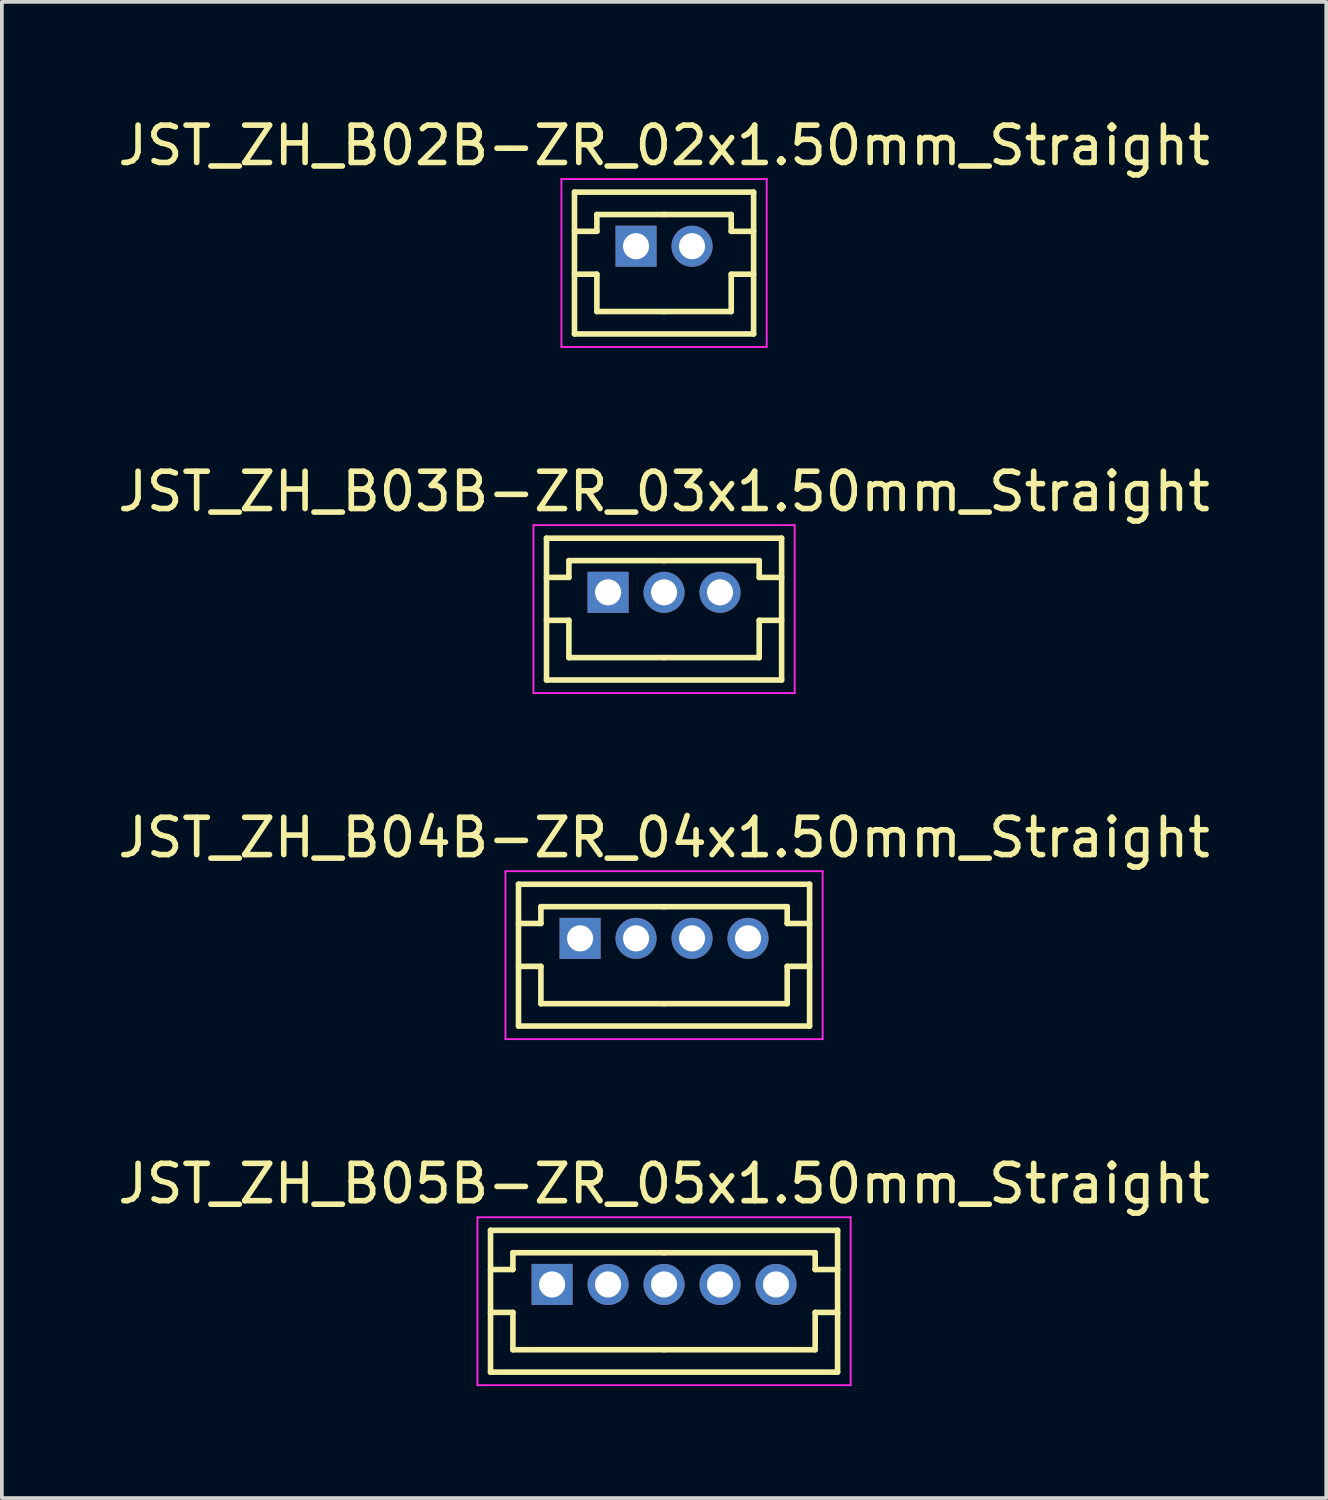
<source format=kicad_pcb>
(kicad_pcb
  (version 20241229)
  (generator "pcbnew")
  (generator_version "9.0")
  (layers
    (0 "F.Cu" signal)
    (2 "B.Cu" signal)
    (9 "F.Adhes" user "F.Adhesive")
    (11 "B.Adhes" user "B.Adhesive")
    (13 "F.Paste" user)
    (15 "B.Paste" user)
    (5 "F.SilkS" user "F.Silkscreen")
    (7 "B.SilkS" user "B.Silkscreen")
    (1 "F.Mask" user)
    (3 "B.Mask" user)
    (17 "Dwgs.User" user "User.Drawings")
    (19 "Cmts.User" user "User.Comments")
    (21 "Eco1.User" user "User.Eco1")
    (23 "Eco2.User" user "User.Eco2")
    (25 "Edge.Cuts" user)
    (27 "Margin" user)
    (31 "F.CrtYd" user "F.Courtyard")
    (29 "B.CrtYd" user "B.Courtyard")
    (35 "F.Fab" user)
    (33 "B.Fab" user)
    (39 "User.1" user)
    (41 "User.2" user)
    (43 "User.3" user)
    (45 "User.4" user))
  (footprint "JST_ZH_B04B-ZR_04x1.50mm_Straight"
    (layer "F.Cu")
    (at 12.494 22.095)
    (property "Reference" "JST_ZH_B04B-ZR_04x1.50mm_Straight" (at 2.25 -2.7 0) (layer "F.SilkS") (effects (font (size 1 1) (thickness 0.15))))
    (attr through_hole)
    (fp_line (start -1.65 -1.45) (end -1.65 2.35) (stroke (width 0.15) (type solid)) (layer "F.SilkS"))
    (fp_line (start -1.65 -0.4) (end -1.05 -0.4) (stroke (width 0.15) (type solid)) (layer "F.SilkS"))
    (fp_line (start -1.65 0.75) (end -1.05 0.75) (stroke (width 0.15) (type solid)) (layer "F.SilkS"))
    (fp_line (start -1.65 2.35) (end 6.15 2.35) (stroke (width 0.15) (type solid)) (layer "F.SilkS"))
    (fp_line (start -1.05 -0.85) (end 2.25 -0.85) (stroke (width 0.15) (type solid)) (layer "F.SilkS"))
    (fp_line (start -1.05 -0.4) (end -1.05 -0.85) (stroke (width 0.15) (type solid)) (layer "F.SilkS"))
    (fp_line (start -1.05 0.75) (end -1.05 1.75) (stroke (width 0.15) (type solid)) (layer "F.SilkS"))
    (fp_line (start -1.05 1.75) (end 2.25 1.75) (stroke (width 0.15) (type solid)) (layer "F.SilkS"))
    (fp_line (start 5.55 -0.85) (end 2.25 -0.85) (stroke (width 0.15) (type solid)) (layer "F.SilkS"))
    (fp_line (start 5.55 -0.4) (end 5.55 -0.85) (stroke (width 0.15) (type solid)) (layer "F.SilkS"))
    (fp_line (start 5.55 0.75) (end 5.55 1.75) (stroke (width 0.15) (type solid)) (layer "F.SilkS"))
    (fp_line (start 5.55 1.75) (end 2.25 1.75) (stroke (width 0.15) (type solid)) (layer "F.SilkS"))
    (fp_line (start 6.15 -1.45) (end -1.65 -1.45) (stroke (width 0.15) (type solid)) (layer "F.SilkS"))
    (fp_line (start 6.15 -0.4) (end 5.55 -0.4) (stroke (width 0.15) (type solid)) (layer "F.SilkS"))
    (fp_line (start 6.15 0.75) (end 5.55 0.75) (stroke (width 0.15) (type solid)) (layer "F.SilkS"))
    (fp_line (start 6.15 2.35) (end 6.15 -1.45) (stroke (width 0.15) (type solid)) (layer "F.SilkS"))
    (fp_line (start -2 -1.8) (end -2 2.7) (stroke (width 0.05) (type solid)) (layer "F.CrtYd"))
    (fp_line (start -2 2.7) (end 6.5 2.7) (stroke (width 0.05) (type solid)) (layer "F.CrtYd"))
    (fp_line (start 6.5 -1.8) (end -2 -1.8) (stroke (width 0.05) (type solid)) (layer "F.CrtYd"))
    (fp_line (start 6.5 2.7) (end 6.5 -1.8) (stroke (width 0.05) (type solid)) (layer "F.CrtYd"))
    (pad "1" thru_hole rect (at 0 0) (size 1.1 1.1) (drill 0.7) (layers "*.Cu" "*.Mask"))
    (pad "2" thru_hole circle (at 1.5 0) (size 1.1 1.1) (drill 0.7) (layers "*.Cu" "*.Mask"))
    (pad "3" thru_hole circle (at 3 0) (size 1.1 1.1) (drill 0.7) (layers "*.Cu" "*.Mask"))
    (pad "4" thru_hole circle (at 4.5 0) (size 1.1 1.1) (drill 0.7) (layers "*.Cu" "*.Mask")))
  (footprint "JST_ZH_B05B-ZR_05x1.50mm_Straight"
    (layer "F.Cu")
    (at 11.744 31.368)
    (property "Reference" "JST_ZH_B05B-ZR_05x1.50mm_Straight" (at 3 -2.7 0) (layer "F.SilkS") (effects (font (size 1 1) (thickness 0.15))))
    (attr through_hole)
    (fp_line (start -1.65 -1.45) (end -1.65 2.35) (stroke (width 0.15) (type solid)) (layer "F.SilkS"))
    (fp_line (start -1.65 -0.4) (end -1.05 -0.4) (stroke (width 0.15) (type solid)) (layer "F.SilkS"))
    (fp_line (start -1.65 0.75) (end -1.05 0.75) (stroke (width 0.15) (type solid)) (layer "F.SilkS"))
    (fp_line (start -1.65 2.35) (end 7.65 2.35) (stroke (width 0.15) (type solid)) (layer "F.SilkS"))
    (fp_line (start -1.05 -0.85) (end 3 -0.85) (stroke (width 0.15) (type solid)) (layer "F.SilkS"))
    (fp_line (start -1.05 -0.4) (end -1.05 -0.85) (stroke (width 0.15) (type solid)) (layer "F.SilkS"))
    (fp_line (start -1.05 0.75) (end -1.05 1.75) (stroke (width 0.15) (type solid)) (layer "F.SilkS"))
    (fp_line (start -1.05 1.75) (end 3 1.75) (stroke (width 0.15) (type solid)) (layer "F.SilkS"))
    (fp_line (start 7.05 -0.85) (end 3 -0.85) (stroke (width 0.15) (type solid)) (layer "F.SilkS"))
    (fp_line (start 7.05 -0.4) (end 7.05 -0.85) (stroke (width 0.15) (type solid)) (layer "F.SilkS"))
    (fp_line (start 7.05 0.75) (end 7.05 1.75) (stroke (width 0.15) (type solid)) (layer "F.SilkS"))
    (fp_line (start 7.05 1.75) (end 3 1.75) (stroke (width 0.15) (type solid)) (layer "F.SilkS"))
    (fp_line (start 7.65 -1.45) (end -1.65 -1.45) (stroke (width 0.15) (type solid)) (layer "F.SilkS"))
    (fp_line (start 7.65 -0.4) (end 7.05 -0.4) (stroke (width 0.15) (type solid)) (layer "F.SilkS"))
    (fp_line (start 7.65 0.75) (end 7.05 0.75) (stroke (width 0.15) (type solid)) (layer "F.SilkS"))
    (fp_line (start 7.65 2.35) (end 7.65 -1.45) (stroke (width 0.15) (type solid)) (layer "F.SilkS"))
    (fp_line (start -2 -1.8) (end -2 2.7) (stroke (width 0.05) (type solid)) (layer "F.CrtYd"))
    (fp_line (start -2 2.7) (end 8 2.7) (stroke (width 0.05) (type solid)) (layer "F.CrtYd"))
    (fp_line (start 8 -1.8) (end -2 -1.8) (stroke (width 0.05) (type solid)) (layer "F.CrtYd"))
    (fp_line (start 8 2.7) (end 8 -1.8) (stroke (width 0.05) (type solid)) (layer "F.CrtYd"))
    (pad "1" thru_hole rect (at 0 0) (size 1.1 1.1) (drill 0.7) (layers "*.Cu" "*.Mask"))
    (pad "2" thru_hole circle (at 1.5 0) (size 1.1 1.1) (drill 0.7) (layers "*.Cu" "*.Mask"))
    (pad "3" thru_hole circle (at 3 0) (size 1.1 1.1) (drill 0.7) (layers "*.Cu" "*.Mask"))
    (pad "4" thru_hole circle (at 4.5 0) (size 1.1 1.1) (drill 0.7) (layers "*.Cu" "*.Mask"))
    (pad "5" thru_hole circle (at 6 0) (size 1.1 1.1) (drill 0.7) (layers "*.Cu" "*.Mask")))
  (footprint "JST_ZH_B03B-ZR_03x1.50mm_Straight"
    (layer "F.Cu")
    (at 13.244 12.822)
    (property "Reference" "JST_ZH_B03B-ZR_03x1.50mm_Straight" (at 1.5 -2.7 0) (layer "F.SilkS") (effects (font (size 1 1) (thickness 0.15))))
    (attr through_hole)
    (fp_line (start -1.65 -1.45) (end -1.65 2.35) (stroke (width 0.15) (type solid)) (layer "F.SilkS"))
    (fp_line (start -1.65 -0.4) (end -1.05 -0.4) (stroke (width 0.15) (type solid)) (layer "F.SilkS"))
    (fp_line (start -1.65 0.75) (end -1.05 0.75) (stroke (width 0.15) (type solid)) (layer "F.SilkS"))
    (fp_line (start -1.65 2.35) (end 4.65 2.35) (stroke (width 0.15) (type solid)) (layer "F.SilkS"))
    (fp_line (start -1.05 -0.85) (end 1.5 -0.85) (stroke (width 0.15) (type solid)) (layer "F.SilkS"))
    (fp_line (start -1.05 -0.4) (end -1.05 -0.85) (stroke (width 0.15) (type solid)) (layer "F.SilkS"))
    (fp_line (start -1.05 0.75) (end -1.05 1.75) (stroke (width 0.15) (type solid)) (layer "F.SilkS"))
    (fp_line (start -1.05 1.75) (end 1.5 1.75) (stroke (width 0.15) (type solid)) (layer "F.SilkS"))
    (fp_line (start 4.05 -0.85) (end 1.5 -0.85) (stroke (width 0.15) (type solid)) (layer "F.SilkS"))
    (fp_line (start 4.05 -0.4) (end 4.05 -0.85) (stroke (width 0.15) (type solid)) (layer "F.SilkS"))
    (fp_line (start 4.05 0.75) (end 4.05 1.75) (stroke (width 0.15) (type solid)) (layer "F.SilkS"))
    (fp_line (start 4.05 1.75) (end 1.5 1.75) (stroke (width 0.15) (type solid)) (layer "F.SilkS"))
    (fp_line (start 4.65 -1.45) (end -1.65 -1.45) (stroke (width 0.15) (type solid)) (layer "F.SilkS"))
    (fp_line (start 4.65 -0.4) (end 4.05 -0.4) (stroke (width 0.15) (type solid)) (layer "F.SilkS"))
    (fp_line (start 4.65 0.75) (end 4.05 0.75) (stroke (width 0.15) (type solid)) (layer "F.SilkS"))
    (fp_line (start 4.65 2.35) (end 4.65 -1.45) (stroke (width 0.15) (type solid)) (layer "F.SilkS"))
    (fp_line (start -2 -1.8) (end -2 2.7) (stroke (width 0.05) (type solid)) (layer "F.CrtYd"))
    (fp_line (start -2 2.7) (end 5 2.7) (stroke (width 0.05) (type solid)) (layer "F.CrtYd"))
    (fp_line (start 5 -1.8) (end -2 -1.8) (stroke (width 0.05) (type solid)) (layer "F.CrtYd"))
    (fp_line (start 5 2.7) (end 5 -1.8) (stroke (width 0.05) (type solid)) (layer "F.CrtYd"))
    (pad "1" thru_hole rect (at 0 0) (size 1.1 1.1) (drill 0.7) (layers "*.Cu" "*.Mask"))
    (pad "2" thru_hole circle (at 1.5 0) (size 1.1 1.1) (drill 0.7) (layers "*.Cu" "*.Mask"))
    (pad "3" thru_hole circle (at 3 0) (size 1.1 1.1) (drill 0.7) (layers "*.Cu" "*.Mask")))
  (footprint "JST_ZH_B02B-ZR_02x1.50mm_Straight"
    (layer "F.Cu")
    (at 13.994 3.548)
    (property "Reference" "JST_ZH_B02B-ZR_02x1.50mm_Straight" (at 0.75 -2.7 0) (layer "F.SilkS") (effects (font (size 1 1) (thickness 0.15))))
    (attr through_hole)
    (fp_line (start -1.65 -1.45) (end -1.65 2.35) (stroke (width 0.15) (type solid)) (layer "F.SilkS"))
    (fp_line (start -1.65 -0.4) (end -1.05 -0.4) (stroke (width 0.15) (type solid)) (layer "F.SilkS"))
    (fp_line (start -1.65 0.75) (end -1.05 0.75) (stroke (width 0.15) (type solid)) (layer "F.SilkS"))
    (fp_line (start -1.65 2.35) (end 3.15 2.35) (stroke (width 0.15) (type solid)) (layer "F.SilkS"))
    (fp_line (start -1.05 -0.85) (end 0.75 -0.85) (stroke (width 0.15) (type solid)) (layer "F.SilkS"))
    (fp_line (start -1.05 -0.4) (end -1.05 -0.85) (stroke (width 0.15) (type solid)) (layer "F.SilkS"))
    (fp_line (start -1.05 0.75) (end -1.05 1.75) (stroke (width 0.15) (type solid)) (layer "F.SilkS"))
    (fp_line (start -1.05 1.75) (end 0.75 1.75) (stroke (width 0.15) (type solid)) (layer "F.SilkS"))
    (fp_line (start 2.55 -0.85) (end 0.75 -0.85) (stroke (width 0.15) (type solid)) (layer "F.SilkS"))
    (fp_line (start 2.55 -0.4) (end 2.55 -0.85) (stroke (width 0.15) (type solid)) (layer "F.SilkS"))
    (fp_line (start 2.55 0.75) (end 2.55 1.75) (stroke (width 0.15) (type solid)) (layer "F.SilkS"))
    (fp_line (start 2.55 1.75) (end 0.75 1.75) (stroke (width 0.15) (type solid)) (layer "F.SilkS"))
    (fp_line (start 3.15 -1.45) (end -1.65 -1.45) (stroke (width 0.15) (type solid)) (layer "F.SilkS"))
    (fp_line (start 3.15 -0.4) (end 2.55 -0.4) (stroke (width 0.15) (type solid)) (layer "F.SilkS"))
    (fp_line (start 3.15 0.75) (end 2.55 0.75) (stroke (width 0.15) (type solid)) (layer "F.SilkS"))
    (fp_line (start 3.15 2.35) (end 3.15 -1.45) (stroke (width 0.15) (type solid)) (layer "F.SilkS"))
    (fp_line (start -2 -1.8) (end -2 2.7) (stroke (width 0.05) (type solid)) (layer "F.CrtYd"))
    (fp_line (start -2 2.7) (end 3.5 2.7) (stroke (width 0.05) (type solid)) (layer "F.CrtYd"))
    (fp_line (start 3.5 -1.8) (end -2 -1.8) (stroke (width 0.05) (type solid)) (layer "F.CrtYd"))
    (fp_line (start 3.5 2.7) (end 3.5 -1.8) (stroke (width 0.05) (type solid)) (layer "F.CrtYd"))
    (pad "1" thru_hole rect (at 0 0) (size 1.1 1.1) (drill 0.7) (layers "*.Cu" "*.Mask"))
    (pad "2" thru_hole circle (at 1.5 0) (size 1.1 1.1) (drill 0.7) (layers "*.Cu" "*.Mask")))
  (gr_rect
    (start -3 -3)
    (end 32.488 37.093)
    (stroke (width 0.1) (type default))
    (fill no)
    (layer "Edge.Cuts")))
</source>
